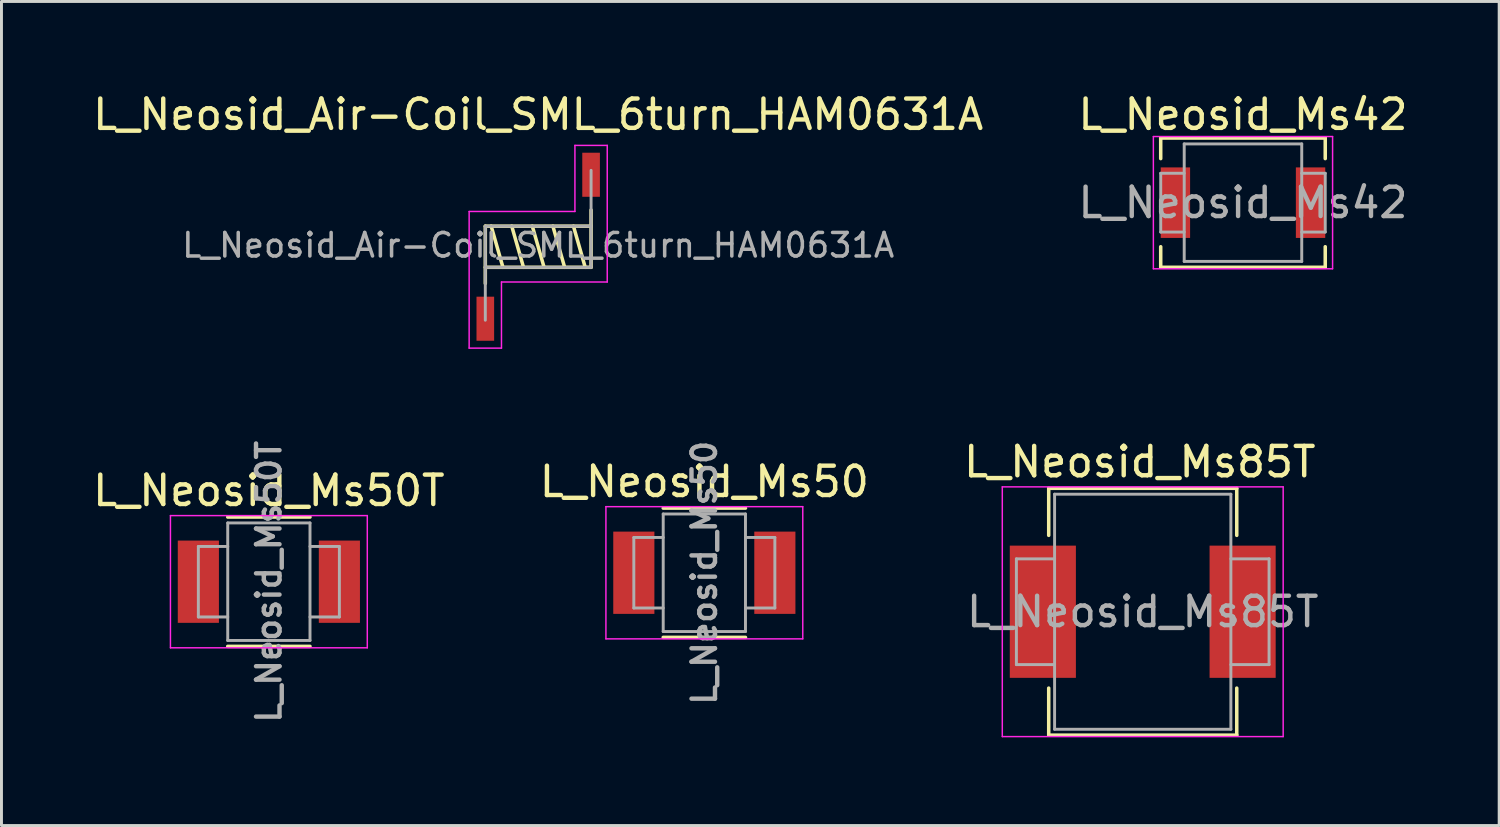
<source format=kicad_pcb>
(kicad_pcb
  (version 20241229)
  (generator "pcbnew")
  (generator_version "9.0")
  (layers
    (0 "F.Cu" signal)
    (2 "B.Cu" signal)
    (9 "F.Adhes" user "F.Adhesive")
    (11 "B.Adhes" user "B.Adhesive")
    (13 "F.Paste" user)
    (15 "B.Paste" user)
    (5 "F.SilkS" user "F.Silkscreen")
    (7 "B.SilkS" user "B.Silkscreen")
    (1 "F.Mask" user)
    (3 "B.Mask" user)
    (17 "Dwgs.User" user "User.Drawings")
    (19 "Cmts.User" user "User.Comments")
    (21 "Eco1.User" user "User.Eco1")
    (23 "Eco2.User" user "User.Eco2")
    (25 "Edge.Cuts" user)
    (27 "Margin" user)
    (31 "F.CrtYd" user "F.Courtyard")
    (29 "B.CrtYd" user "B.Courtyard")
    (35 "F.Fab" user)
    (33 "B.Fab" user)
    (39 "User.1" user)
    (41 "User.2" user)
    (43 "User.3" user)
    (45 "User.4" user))
  (footprint "L_Neosid_Ms85T"
    (layer "F.Cu")
    (at 35.844 17.771)
    (property "Reference" "L_Neosid_Ms85T" (at -0.1 -5.1 0) (layer "F.SilkS") (effects (font (size 1 1) (thickness 0.15))))
    (attr smd)
    (fp_line (start -3.2 -4.2) (end -3.2 -2.6) (stroke (width 0.12) (type solid)) (layer "F.SilkS"))
    (fp_line (start -3.2 2.6) (end -3.2 4.2) (stroke (width 0.12) (type solid)) (layer "F.SilkS"))
    (fp_line (start -3.2 4.2) (end 3.2 4.2) (stroke (width 0.12) (type solid)) (layer "F.SilkS"))
    (fp_line (start 3.2 -4.2) (end -3.2 -4.2) (stroke (width 0.12) (type solid)) (layer "F.SilkS"))
    (fp_line (start 3.2 -2.6) (end 3.2 -4.2) (stroke (width 0.12) (type solid)) (layer "F.SilkS"))
    (fp_line (start 3.2 4.2) (end 3.2 2.6) (stroke (width 0.12) (type solid)) (layer "F.SilkS"))
    (fp_line (start -4.78 -4.25) (end -4.78 4.25) (stroke (width 0.05) (type solid)) (layer "F.CrtYd"))
    (fp_line (start -4.78 -4.25) (end 4.78 -4.25) (stroke (width 0.05) (type solid)) (layer "F.CrtYd"))
    (fp_line (start 4.78 4.25) (end -4.78 4.25) (stroke (width 0.05) (type solid)) (layer "F.CrtYd"))
    (fp_line (start 4.78 4.25) (end 4.78 -4.25) (stroke (width 0.05) (type solid)) (layer "F.CrtYd"))
    (fp_line (start -4.3 -1.8) (end -4.3 1.8) (stroke (width 0.1) (type solid)) (layer "F.Fab"))
    (fp_line (start -4.3 -1.8) (end -3 -1.8) (stroke (width 0.1) (type solid)) (layer "F.Fab"))
    (fp_line (start -4.3 1.8) (end -3 1.8) (stroke (width 0.1) (type solid)) (layer "F.Fab"))
    (fp_line (start -3 -4) (end 3 -4) (stroke (width 0.1) (type solid)) (layer "F.Fab"))
    (fp_line (start -3 4) (end -3 -4) (stroke (width 0.1) (type solid)) (layer "F.Fab"))
    (fp_line (start 3 -4) (end 3 4) (stroke (width 0.1) (type solid)) (layer "F.Fab"))
    (fp_line (start 3 1.8) (end 4.3 1.8) (stroke (width 0.1) (type solid)) (layer "F.Fab"))
    (fp_line (start 3 4) (end -3 4) (stroke (width 0.1) (type solid)) (layer "F.Fab"))
    (fp_line (start 4.3 -1.8) (end 3 -1.8) (stroke (width 0.1) (type solid)) (layer "F.Fab"))
    (fp_line (start 4.3 1.8) (end 4.3 -1.8) (stroke (width 0.1) (type solid)) (layer "F.Fab"))
    (fp_text user "${REFERENCE}" (at 0 0 0) (layer "F.Fab") (effects (font (size 1 1) (thickness 0.15))))
    (pad "1" smd rect (at -3.4 0) (size 2.25 4.5) (layers "F.Cu" "F.Mask" "F.Paste"))
    (pad "2" smd rect (at 3.4 0) (size 2.25 4.5) (layers "F.Cu" "F.Mask" "F.Paste")))
  (footprint "L_Neosid_Ms50T"
    (layer "F.Cu")
    (at 6.101 16.749)
    (property "Reference" "L_Neosid_Ms50T" (at 0 -3.1 0) (layer "F.SilkS") (effects (font (size 1 1) (thickness 0.15))))
    (attr smd)
    (fp_line (start -1.4 2.2) (end 1.4 2.2) (stroke (width 0.12) (type solid)) (layer "F.SilkS"))
    (fp_line (start 1.4 -2.2) (end -1.4 -2.2) (stroke (width 0.12) (type solid)) (layer "F.SilkS"))
    (fp_line (start -3.35 -2.25) (end -3.35 2.25) (stroke (width 0.05) (type solid)) (layer "F.CrtYd"))
    (fp_line (start -3.35 -2.25) (end 3.35 -2.25) (stroke (width 0.05) (type solid)) (layer "F.CrtYd"))
    (fp_line (start 3.35 2.25) (end -3.35 2.25) (stroke (width 0.05) (type solid)) (layer "F.CrtYd"))
    (fp_line (start 3.35 2.25) (end 3.35 -2.25) (stroke (width 0.05) (type solid)) (layer "F.CrtYd"))
    (fp_line (start -2.4 -1.2) (end -2.4 1.2) (stroke (width 0.1) (type solid)) (layer "F.Fab"))
    (fp_line (start -2.4 -1.2) (end -1.4 -1.2) (stroke (width 0.1) (type solid)) (layer "F.Fab"))
    (fp_line (start -2.4 1.2) (end -1.4 1.2) (stroke (width 0.1) (type solid)) (layer "F.Fab"))
    (fp_line (start -1.4 -2) (end -1.4 2) (stroke (width 0.1) (type solid)) (layer "F.Fab"))
    (fp_line (start -1.4 2) (end 1.4 2) (stroke (width 0.1) (type solid)) (layer "F.Fab"))
    (fp_line (start 1.4 -2) (end -1.4 -2) (stroke (width 0.1) (type solid)) (layer "F.Fab"))
    (fp_line (start 1.4 1.2) (end 2.4 1.2) (stroke (width 0.1) (type solid)) (layer "F.Fab"))
    (fp_line (start 1.4 2) (end 1.4 -2) (stroke (width 0.1) (type solid)) (layer "F.Fab"))
    (fp_line (start 2.4 -1.2) (end 1.4 -1.2) (stroke (width 0.1) (type solid)) (layer "F.Fab"))
    (fp_line (start 2.4 1.2) (end 2.4 -1.2) (stroke (width 0.1) (type solid)) (layer "F.Fab"))
    (fp_text user "${REFERENCE}" (at 0 0 90) (layer "F.Fab") (effects (font (size 0.8 0.8) (thickness 0.15))))
    (pad "1" smd rect (at -2.4 0) (size 1.4 2.8) (layers "F.Cu" "F.Mask" "F.Paste"))
    (pad "2" smd rect (at 2.4 0) (size 1.4 2.8) (layers "F.Cu" "F.Mask" "F.Paste")))
  (footprint "L_Neosid_Ms42"
    (layer "F.Cu")
    (at 39.256 3.848)
    (property "Reference" "L_Neosid_Ms42" (at 0 -3 0) (layer "F.SilkS") (effects (font (size 1 1) (thickness 0.15))))
    (attr smd)
    (fp_line (start -2.8 -2.2) (end -2.8 -1.5) (stroke (width 0.12) (type solid)) (layer "F.SilkS"))
    (fp_line (start -2.8 2.2) (end -2.8 1.5) (stroke (width 0.12) (type solid)) (layer "F.SilkS"))
    (fp_line (start 2.8 -2.2) (end -2.8 -2.2) (stroke (width 0.12) (type solid)) (layer "F.SilkS"))
    (fp_line (start 2.8 -2.2) (end 2.8 -1.5) (stroke (width 0.12) (type solid)) (layer "F.SilkS"))
    (fp_line (start 2.8 1.5) (end 2.8 2.2) (stroke (width 0.12) (type solid)) (layer "F.SilkS"))
    (fp_line (start 2.8 2.2) (end -2.8 2.2) (stroke (width 0.12) (type solid)) (layer "F.SilkS"))
    (fp_line (start -3.05 -2.25) (end -3.05 2.25) (stroke (width 0.05) (type solid)) (layer "F.CrtYd"))
    (fp_line (start -3.05 -2.25) (end 3.05 -2.25) (stroke (width 0.05) (type solid)) (layer "F.CrtYd"))
    (fp_line (start 3.05 2.25) (end -3.05 2.25) (stroke (width 0.05) (type solid)) (layer "F.CrtYd"))
    (fp_line (start 3.05 2.25) (end 3.05 -2.25) (stroke (width 0.05) (type solid)) (layer "F.CrtYd"))
    (fp_line (start -2.8 -1) (end -2 -1) (stroke (width 0.1) (type solid)) (layer "F.Fab"))
    (fp_line (start -2.8 1) (end -2.8 -1) (stroke (width 0.1) (type solid)) (layer "F.Fab"))
    (fp_line (start -2 -2) (end 2 -2) (stroke (width 0.1) (type solid)) (layer "F.Fab"))
    (fp_line (start -2 1) (end -2.8 1) (stroke (width 0.1) (type solid)) (layer "F.Fab"))
    (fp_line (start -2 2) (end -2 -2) (stroke (width 0.1) (type solid)) (layer "F.Fab"))
    (fp_line (start 2 -2) (end 2 2) (stroke (width 0.1) (type solid)) (layer "F.Fab"))
    (fp_line (start 2 -1) (end 2.8 -1) (stroke (width 0.1) (type solid)) (layer "F.Fab"))
    (fp_line (start 2 2) (end -2 2) (stroke (width 0.1) (type solid)) (layer "F.Fab"))
    (fp_line (start 2.8 -1) (end 2.8 1) (stroke (width 0.1) (type solid)) (layer "F.Fab"))
    (fp_line (start 2.8 1) (end 2 1) (stroke (width 0.1) (type solid)) (layer "F.Fab"))
    (fp_text user "${REFERENCE}" (at 0 0 0) (layer "F.Fab") (effects (font (size 1 1) (thickness 0.15))))
    (pad "1" smd rect (at -2.3 0) (size 1 2.4) (layers "F.Cu" "F.Mask" "F.Paste"))
    (pad "2" smd rect (at 2.3 0) (size 1 2.4) (layers "F.Cu" "F.Mask" "F.Paste")))
  (footprint "L_Neosid_Ms50"
    (layer "F.Cu")
    (at 20.923 16.444)
    (property "Reference" "L_Neosid_Ms50" (at 0 -3.1 0) (layer "F.SilkS") (effects (font (size 1 1) (thickness 0.15))))
    (attr smd)
    (fp_line (start -1.4 2.2) (end 1.4 2.2) (stroke (width 0.12) (type solid)) (layer "F.SilkS"))
    (fp_line (start 1.4 -2.2) (end -1.4 -2.2) (stroke (width 0.12) (type solid)) (layer "F.SilkS"))
    (fp_line (start -3.35 -2.25) (end -3.35 2.25) (stroke (width 0.05) (type solid)) (layer "F.CrtYd"))
    (fp_line (start -3.35 -2.25) (end 3.35 -2.25) (stroke (width 0.05) (type solid)) (layer "F.CrtYd"))
    (fp_line (start 3.35 2.25) (end -3.35 2.25) (stroke (width 0.05) (type solid)) (layer "F.CrtYd"))
    (fp_line (start 3.35 2.25) (end 3.35 -2.25) (stroke (width 0.05) (type solid)) (layer "F.CrtYd"))
    (fp_line (start -2.4 -1.2) (end -2.4 1.2) (stroke (width 0.1) (type solid)) (layer "F.Fab"))
    (fp_line (start -2.4 -1.2) (end -1.4 -1.2) (stroke (width 0.1) (type solid)) (layer "F.Fab"))
    (fp_line (start -2.4 1.2) (end -1.4 1.2) (stroke (width 0.1) (type solid)) (layer "F.Fab"))
    (fp_line (start -1.4 -2) (end -1.4 2) (stroke (width 0.1) (type solid)) (layer "F.Fab"))
    (fp_line (start -1.4 2) (end 1.4 2) (stroke (width 0.1) (type solid)) (layer "F.Fab"))
    (fp_line (start 1.4 -2) (end -1.4 -2) (stroke (width 0.1) (type solid)) (layer "F.Fab"))
    (fp_line (start 1.4 1.2) (end 2.4 1.2) (stroke (width 0.1) (type solid)) (layer "F.Fab"))
    (fp_line (start 1.4 2) (end 1.4 -2) (stroke (width 0.1) (type solid)) (layer "F.Fab"))
    (fp_line (start 2.4 -1.2) (end 1.4 -1.2) (stroke (width 0.1) (type solid)) (layer "F.Fab"))
    (fp_line (start 2.4 1.2) (end 2.4 -1.2) (stroke (width 0.1) (type solid)) (layer "F.Fab"))
    (fp_text user "${REFERENCE}" (at 0 0 90) (layer "F.Fab") (effects (font (size 0.8 0.8) (thickness 0.15))))
    (pad "1" smd rect (at -2.4 0) (size 1.4 2.8) (layers "F.Cu" "F.Mask" "F.Paste"))
    (pad "2" smd rect (at 2.4 0) (size 1.4 2.8) (layers "F.Cu" "F.Mask" "F.Paste")))
  (footprint "L_Neosid_Air-Coil_SML_6turn_HAM0631A"
    (layer "F.Cu")
    (at 15.268 5.348)
    (property "Reference" "L_Neosid_Air-Coil_SML_6turn_HAM0631A" (at 0 -4.5 0) (layer "F.SilkS") (effects (font (size 1 1) (thickness 0.15))))
    (attr smd)
    (fp_line (start -1.8 -0.7) (end -1.8 1.25) (stroke (width 0.12) (type solid)) (layer "F.SilkS"))
    (fp_line (start -1.8 -0.7) (end 1.8 -0.7) (stroke (width 0.12) (type solid)) (layer "F.SilkS"))
    (fp_line (start -1.6 -0.7) (end -1.2 0.7) (stroke (width 0.12) (type solid)) (layer "F.SilkS"))
    (fp_line (start -0.9 -0.7) (end -0.5 0.7) (stroke (width 0.12) (type solid)) (layer "F.SilkS"))
    (fp_line (start -0.2 -0.7) (end 0.2 0.7) (stroke (width 0.12) (type solid)) (layer "F.SilkS"))
    (fp_line (start 0.5 -0.7) (end 0.9 0.7) (stroke (width 0.12) (type solid)) (layer "F.SilkS"))
    (fp_line (start 1.2 -0.7) (end 1.6 0.7) (stroke (width 0.12) (type solid)) (layer "F.SilkS"))
    (fp_line (start 1.8 0.7) (end -1.8 0.7) (stroke (width 0.12) (type solid)) (layer "F.SilkS"))
    (fp_line (start 1.8 0.7) (end 1.8 -1.25) (stroke (width 0.12) (type solid)) (layer "F.SilkS"))
    (fp_line (start -2.35 -1.2) (end -2.35 3.45) (stroke (width 0.05) (type solid)) (layer "F.CrtYd"))
    (fp_line (start -2.35 3.45) (end -1.25 3.45) (stroke (width 0.05) (type solid)) (layer "F.CrtYd"))
    (fp_line (start -1.25 1.2) (end 2.35 1.2) (stroke (width 0.05) (type solid)) (layer "F.CrtYd"))
    (fp_line (start -1.25 3.45) (end -1.25 1.2) (stroke (width 0.05) (type solid)) (layer "F.CrtYd"))
    (fp_line (start 1.25 -3.45) (end 1.25 -1.2) (stroke (width 0.05) (type solid)) (layer "F.CrtYd"))
    (fp_line (start 1.25 -1.2) (end -2.35 -1.2) (stroke (width 0.05) (type solid)) (layer "F.CrtYd"))
    (fp_line (start 2.35 -3.45) (end 1.25 -3.45) (stroke (width 0.05) (type solid)) (layer "F.CrtYd"))
    (fp_line (start 2.35 1.2) (end 2.35 -3.45) (stroke (width 0.05) (type solid)) (layer "F.CrtYd"))
    (fp_line (start -1.8 -0.7) (end 1.8 -0.7) (stroke (width 0.1) (type solid)) (layer "F.Fab"))
    (fp_line (start -1.8 0.7) (end 1.8 0.7) (stroke (width 0.1) (type solid)) (layer "F.Fab"))
    (fp_line (start -1.8 2.5) (end -1.8 -0.7) (stroke (width 0.1) (type solid)) (layer "F.Fab"))
    (fp_line (start 1.8 0.7) (end 1.8 -2.6) (stroke (width 0.1) (type solid)) (layer "F.Fab"))
    (fp_text user "${REFERENCE}" (at 0 -0.05 0) (layer "F.Fab") (effects (font (size 0.8 0.8) (thickness 0.12))))
    (pad "1" smd rect (at -1.8 2.45) (size 0.6 1.5) (layers "F.Cu" "F.Mask" "F.Paste"))
    (pad "2" smd rect (at 1.8 -2.45) (size 0.6 1.5) (layers "F.Cu" "F.Mask" "F.Paste")))
  (gr_rect
    (start -3 -3)
    (end 47.976 25.047)
    (stroke (width 0.1) (type default))
    (fill no)
    (layer "Edge.Cuts")))
</source>
